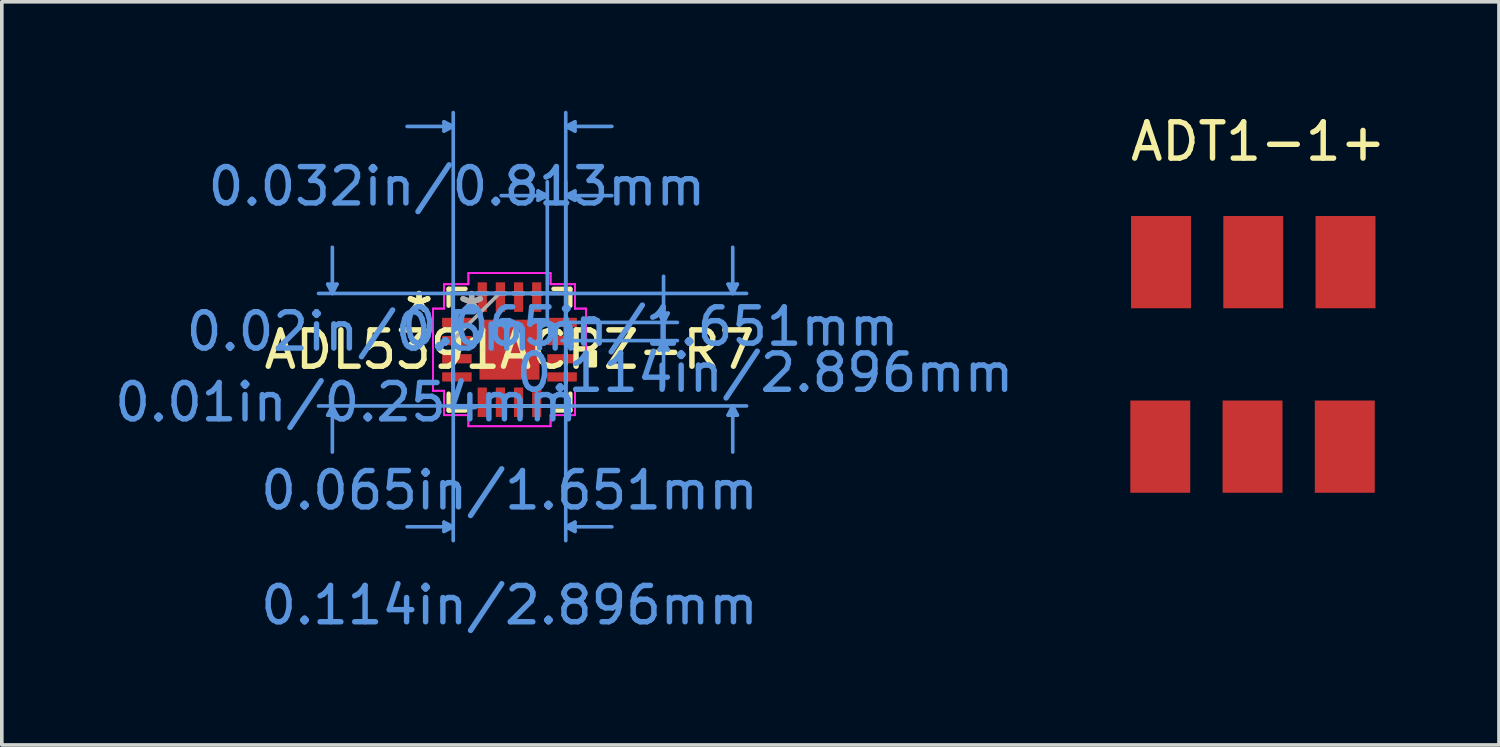
<source format=kicad_pcb>
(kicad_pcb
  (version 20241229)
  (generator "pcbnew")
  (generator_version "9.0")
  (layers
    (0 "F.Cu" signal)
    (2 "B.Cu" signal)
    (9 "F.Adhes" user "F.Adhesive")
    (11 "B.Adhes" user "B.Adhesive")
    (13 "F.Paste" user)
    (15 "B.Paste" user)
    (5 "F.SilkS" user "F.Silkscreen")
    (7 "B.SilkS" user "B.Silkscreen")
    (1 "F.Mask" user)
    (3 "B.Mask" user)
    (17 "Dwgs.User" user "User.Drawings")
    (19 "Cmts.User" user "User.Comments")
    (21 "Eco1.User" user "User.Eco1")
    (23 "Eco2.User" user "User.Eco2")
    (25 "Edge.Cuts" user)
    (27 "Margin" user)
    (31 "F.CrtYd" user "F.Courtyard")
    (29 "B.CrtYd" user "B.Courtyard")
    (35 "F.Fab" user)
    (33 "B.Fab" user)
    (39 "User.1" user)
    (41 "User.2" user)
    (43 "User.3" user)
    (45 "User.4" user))
  (footprint "ADT1-1+"
    (layer "F.Cu")
    (at 28.897 9.248)
    (property "Reference" "ADT1-1+" (at 2.7 -8.4 0) (unlocked yes) (layer "F.SilkS") (effects (font (size 1 1) (thickness 0.15))))
    (attr smd)
    (pad "1" smd rect (at 0 0) (size 1.65 2.54) (layers "F.Cu" "F.Mask" "F.Paste"))
    (pad "2" smd rect (at 2.54 0) (size 1.65 2.54) (layers "F.Cu" "F.Mask" "F.Paste"))
    (pad "3" smd rect (at 5.08 0) (size 1.65 2.54) (layers "F.Cu" "F.Mask" "F.Paste"))
    (pad "4" smd rect (at 5.1 -5.08) (size 1.65 2.54) (layers "F.Cu" "F.Mask" "F.Paste"))
    (pad "5" smd rect (at 2.56 -5.08) (size 1.65 2.54) (layers "F.Cu" "F.Mask" "F.Paste"))
    (pad "6" smd rect (at 0.02 -5.08) (size 1.65 2.54) (layers "F.Cu" "F.Mask" "F.Paste")))
  (footprint "ADL5391ACPZ-R7"
    (layer "F.Cu")
    (at 10.978 6.578)
    (property "Reference" "ADL5391ACPZ-R7" (at 0 0 0) (layer "F.SilkS") (effects (font (size 1 1) (thickness 0.15))))
    (attr through_hole)
    (fp_line (start -1.676 -1.676) (end -1.676 -1.21) (stroke (width 0.12) (type solid)) (layer "F.SilkS"))
    (fp_line (start -1.676 1.21) (end -1.676 1.676) (stroke (width 0.12) (type solid)) (layer "F.SilkS"))
    (fp_line (start -1.676 1.676) (end -1.21 1.676) (stroke (width 0.12) (type solid)) (layer "F.SilkS"))
    (fp_line (start -1.21 -1.676) (end -1.676 -1.676) (stroke (width 0.12) (type solid)) (layer "F.SilkS"))
    (fp_line (start 1.21 1.676) (end 1.676 1.676) (stroke (width 0.12) (type solid)) (layer "F.SilkS"))
    (fp_line (start 1.676 -1.676) (end 1.21 -1.676) (stroke (width 0.12) (type solid)) (layer "F.SilkS"))
    (fp_line (start 1.676 -1.21) (end 1.676 -1.676) (stroke (width 0.12) (type solid)) (layer "F.SilkS"))
    (fp_line (start 1.676 1.676) (end 1.676 1.21) (stroke (width 0.12) (type solid)) (layer "F.SilkS"))
    (fp_poly (pts (xy 2.362 0.059) (xy 2.362 0.441) (xy 2.108 0.441) (xy 2.108 0.059)) (stroke (width 0.1) (type solid)) (fill yes) (layer "F.SilkS"))
    (fp_line (start -5.004 -1.803) (end -4.75 -1.803) (stroke (width 0.1) (type solid)) (layer "Cmts.User"))
    (fp_line (start -5.004 1.803) (end -4.75 1.803) (stroke (width 0.1) (type solid)) (layer "Cmts.User"))
    (fp_line (start -4.877 -1.549) (end -5.004 -1.803) (stroke (width 0.1) (type solid)) (layer "Cmts.User"))
    (fp_line (start -4.877 -1.549) (end -4.877 -2.819) (stroke (width 0.1) (type solid)) (layer "Cmts.User"))
    (fp_line (start -4.877 -1.549) (end -4.75 -1.803) (stroke (width 0.1) (type solid)) (layer "Cmts.User"))
    (fp_line (start -4.877 1.549) (end -5.004 1.803) (stroke (width 0.1) (type solid)) (layer "Cmts.User"))
    (fp_line (start -4.877 1.549) (end -4.877 2.819) (stroke (width 0.1) (type solid)) (layer "Cmts.User"))
    (fp_line (start -4.877 1.549) (end -4.75 1.803) (stroke (width 0.1) (type solid)) (layer "Cmts.User"))
    (fp_line (start -1.803 -6.274) (end -1.803 -6.02) (stroke (width 0.1) (type solid)) (layer "Cmts.User"))
    (fp_line (start -1.803 4.75) (end -1.803 5.004) (stroke (width 0.1) (type solid)) (layer "Cmts.User"))
    (fp_line (start -1.549 -6.147) (end -2.819 -6.147) (stroke (width 0.1) (type solid)) (layer "Cmts.User"))
    (fp_line (start -1.549 -6.147) (end -1.803 -6.274) (stroke (width 0.1) (type solid)) (layer "Cmts.User"))
    (fp_line (start -1.549 -6.147) (end -1.803 -6.02) (stroke (width 0.1) (type solid)) (layer "Cmts.User"))
    (fp_line (start -1.549 -1.549) (end -1.549 5.258) (stroke (width 0.1) (type solid)) (layer "Cmts.User"))
    (fp_line (start -1.549 -0.75) (end -1.549 -6.528) (stroke (width 0.1) (type solid)) (layer "Cmts.User"))
    (fp_line (start -1.549 4.877) (end -2.819 4.877) (stroke (width 0.1) (type solid)) (layer "Cmts.User"))
    (fp_line (start -1.549 4.877) (end -1.803 4.75) (stroke (width 0.1) (type solid)) (layer "Cmts.User"))
    (fp_line (start -1.549 4.877) (end -1.803 5.004) (stroke (width 0.1) (type solid)) (layer "Cmts.User"))
    (fp_line (start 0.75 -1.549) (end 6.528 -1.549) (stroke (width 0.1) (type solid)) (layer "Cmts.User"))
    (fp_line (start 0.75 1.549) (end 6.528 1.549) (stroke (width 0.1) (type solid)) (layer "Cmts.User"))
    (fp_line (start 0.787 -4.369) (end 0.787 -4.115) (stroke (width 0.1) (type solid)) (layer "Cmts.User"))
    (fp_line (start 1.041 -4.242) (end -0.229 -4.242) (stroke (width 0.1) (type solid)) (layer "Cmts.User"))
    (fp_line (start 1.041 -4.242) (end 0.787 -4.369) (stroke (width 0.1) (type solid)) (layer "Cmts.User"))
    (fp_line (start 1.041 -4.242) (end 0.787 -4.115) (stroke (width 0.1) (type solid)) (layer "Cmts.User"))
    (fp_line (start 1.041 -0.75) (end 1.041 -4.623) (stroke (width 0.1) (type solid)) (layer "Cmts.User"))
    (fp_line (start 1.448 -0.75) (end 4.623 -0.75) (stroke (width 0.1) (type solid)) (layer "Cmts.User"))
    (fp_line (start 1.448 -0.25) (end 4.623 -0.25) (stroke (width 0.1) (type solid)) (layer "Cmts.User"))
    (fp_line (start 1.549 -6.147) (end 1.803 -6.274) (stroke (width 0.1) (type solid)) (layer "Cmts.User"))
    (fp_line (start 1.549 -6.147) (end 1.803 -6.02) (stroke (width 0.1) (type solid)) (layer "Cmts.User"))
    (fp_line (start 1.549 -6.147) (end 2.819 -6.147) (stroke (width 0.1) (type solid)) (layer "Cmts.User"))
    (fp_line (start 1.549 -4.242) (end 1.803 -4.369) (stroke (width 0.1) (type solid)) (layer "Cmts.User"))
    (fp_line (start 1.549 -4.242) (end 1.803 -4.115) (stroke (width 0.1) (type solid)) (layer "Cmts.User"))
    (fp_line (start 1.549 -4.242) (end 2.819 -4.242) (stroke (width 0.1) (type solid)) (layer "Cmts.User"))
    (fp_line (start 1.549 -1.549) (end -5.258 -1.549) (stroke (width 0.1) (type solid)) (layer "Cmts.User"))
    (fp_line (start 1.549 -1.549) (end 1.549 5.258) (stroke (width 0.1) (type solid)) (layer "Cmts.User"))
    (fp_line (start 1.549 -0.75) (end 1.549 -6.528) (stroke (width 0.1) (type solid)) (layer "Cmts.User"))
    (fp_line (start 1.549 -0.75) (end 1.549 -4.623) (stroke (width 0.1) (type solid)) (layer "Cmts.User"))
    (fp_line (start 1.549 1.549) (end -5.258 1.549) (stroke (width 0.1) (type solid)) (layer "Cmts.User"))
    (fp_line (start 1.549 4.877) (end 1.803 4.75) (stroke (width 0.1) (type solid)) (layer "Cmts.User"))
    (fp_line (start 1.549 4.877) (end 1.803 5.004) (stroke (width 0.1) (type solid)) (layer "Cmts.User"))
    (fp_line (start 1.549 4.877) (end 2.819 4.877) (stroke (width 0.1) (type solid)) (layer "Cmts.User"))
    (fp_line (start 1.803 -6.274) (end 1.803 -6.02) (stroke (width 0.1) (type solid)) (layer "Cmts.User"))
    (fp_line (start 1.803 -4.369) (end 1.803 -4.115) (stroke (width 0.1) (type solid)) (layer "Cmts.User"))
    (fp_line (start 1.803 4.75) (end 1.803 5.004) (stroke (width 0.1) (type solid)) (layer "Cmts.User"))
    (fp_line (start 4.115 -1.004) (end 4.369 -1.004) (stroke (width 0.1) (type solid)) (layer "Cmts.User"))
    (fp_line (start 4.115 0.004) (end 4.369 0.004) (stroke (width 0.1) (type solid)) (layer "Cmts.User"))
    (fp_line (start 4.242 -0.75) (end 4.115 -1.004) (stroke (width 0.1) (type solid)) (layer "Cmts.User"))
    (fp_line (start 4.242 -0.75) (end 4.242 -2.02) (stroke (width 0.1) (type solid)) (layer "Cmts.User"))
    (fp_line (start 4.242 -0.75) (end 4.369 -1.004) (stroke (width 0.1) (type solid)) (layer "Cmts.User"))
    (fp_line (start 4.242 -0.25) (end 4.115 0.004) (stroke (width 0.1) (type solid)) (layer "Cmts.User"))
    (fp_line (start 4.242 -0.25) (end 4.242 1.02) (stroke (width 0.1) (type solid)) (layer "Cmts.User"))
    (fp_line (start 4.242 -0.25) (end 4.369 0.004) (stroke (width 0.1) (type solid)) (layer "Cmts.User"))
    (fp_line (start 6.02 -1.803) (end 6.274 -1.803) (stroke (width 0.1) (type solid)) (layer "Cmts.User"))
    (fp_line (start 6.02 1.803) (end 6.274 1.803) (stroke (width 0.1) (type solid)) (layer "Cmts.User"))
    (fp_line (start 6.147 -1.549) (end 6.02 -1.803) (stroke (width 0.1) (type solid)) (layer "Cmts.User"))
    (fp_line (start 6.147 -1.549) (end 6.147 -2.819) (stroke (width 0.1) (type solid)) (layer "Cmts.User"))
    (fp_line (start 6.147 -1.549) (end 6.274 -1.803) (stroke (width 0.1) (type solid)) (layer "Cmts.User"))
    (fp_line (start 6.147 1.549) (end 6.02 1.803) (stroke (width 0.1) (type solid)) (layer "Cmts.User"))
    (fp_line (start 6.147 1.549) (end 6.147 2.819) (stroke (width 0.1) (type solid)) (layer "Cmts.User"))
    (fp_line (start 6.147 1.549) (end 6.274 1.803) (stroke (width 0.1) (type solid)) (layer "Cmts.User"))
    (fp_line (start -2.108 -1.131) (end -1.803 -1.131) (stroke (width 0.05) (type solid)) (layer "F.CrtYd"))
    (fp_line (start -2.108 -1.131) (end -1.803 -1.131) (stroke (width 0.05) (type solid)) (layer "F.CrtYd"))
    (fp_line (start -2.108 1.131) (end -2.108 -1.131) (stroke (width 0.05) (type solid)) (layer "F.CrtYd"))
    (fp_line (start -2.108 1.131) (end -2.108 -1.131) (stroke (width 0.05) (type solid)) (layer "F.CrtYd"))
    (fp_line (start -1.803 -1.803) (end -1.131 -1.803) (stroke (width 0.05) (type solid)) (layer "F.CrtYd"))
    (fp_line (start -1.803 -1.803) (end -1.131 -1.803) (stroke (width 0.05) (type solid)) (layer "F.CrtYd"))
    (fp_line (start -1.803 -1.131) (end -1.803 -1.803) (stroke (width 0.05) (type solid)) (layer "F.CrtYd"))
    (fp_line (start -1.803 -1.131) (end -1.803 -1.803) (stroke (width 0.05) (type solid)) (layer "F.CrtYd"))
    (fp_line (start -1.803 1.131) (end -2.108 1.131) (stroke (width 0.05) (type solid)) (layer "F.CrtYd"))
    (fp_line (start -1.803 1.131) (end -2.108 1.131) (stroke (width 0.05) (type solid)) (layer "F.CrtYd"))
    (fp_line (start -1.803 1.803) (end -1.803 1.131) (stroke (width 0.05) (type solid)) (layer "F.CrtYd"))
    (fp_line (start -1.803 1.803) (end -1.803 1.131) (stroke (width 0.05) (type solid)) (layer "F.CrtYd"))
    (fp_line (start -1.131 -2.108) (end 1.131 -2.108) (stroke (width 0.05) (type solid)) (layer "F.CrtYd"))
    (fp_line (start -1.131 -2.108) (end 1.131 -2.108) (stroke (width 0.05) (type solid)) (layer "F.CrtYd"))
    (fp_line (start -1.131 -1.803) (end -1.131 -2.108) (stroke (width 0.05) (type solid)) (layer "F.CrtYd"))
    (fp_line (start -1.131 -1.803) (end -1.131 -2.108) (stroke (width 0.05) (type solid)) (layer "F.CrtYd"))
    (fp_line (start -1.131 1.803) (end -1.803 1.803) (stroke (width 0.05) (type solid)) (layer "F.CrtYd"))
    (fp_line (start -1.131 1.803) (end -1.803 1.803) (stroke (width 0.05) (type solid)) (layer "F.CrtYd"))
    (fp_line (start -1.131 2.108) (end -1.131 1.803) (stroke (width 0.05) (type solid)) (layer "F.CrtYd"))
    (fp_line (start -1.131 2.108) (end -1.131 1.803) (stroke (width 0.05) (type solid)) (layer "F.CrtYd"))
    (fp_line (start 1.131 -2.108) (end 1.131 -1.803) (stroke (width 0.05) (type solid)) (layer "F.CrtYd"))
    (fp_line (start 1.131 -2.108) (end 1.131 -1.803) (stroke (width 0.05) (type solid)) (layer "F.CrtYd"))
    (fp_line (start 1.131 -1.803) (end 1.803 -1.803) (stroke (width 0.05) (type solid)) (layer "F.CrtYd"))
    (fp_line (start 1.131 -1.803) (end 1.803 -1.803) (stroke (width 0.05) (type solid)) (layer "F.CrtYd"))
    (fp_line (start 1.131 1.803) (end 1.131 2.108) (stroke (width 0.05) (type solid)) (layer "F.CrtYd"))
    (fp_line (start 1.131 1.803) (end 1.131 2.108) (stroke (width 0.05) (type solid)) (layer "F.CrtYd"))
    (fp_line (start 1.131 2.108) (end -1.131 2.108) (stroke (width 0.05) (type solid)) (layer "F.CrtYd"))
    (fp_line (start 1.131 2.108) (end -1.131 2.108) (stroke (width 0.05) (type solid)) (layer "F.CrtYd"))
    (fp_line (start 1.803 -1.803) (end 1.803 -1.131) (stroke (width 0.05) (type solid)) (layer "F.CrtYd"))
    (fp_line (start 1.803 -1.803) (end 1.803 -1.131) (stroke (width 0.05) (type solid)) (layer "F.CrtYd"))
    (fp_line (start 1.803 -1.131) (end 2.108 -1.131) (stroke (width 0.05) (type solid)) (layer "F.CrtYd"))
    (fp_line (start 1.803 -1.131) (end 2.108 -1.131) (stroke (width 0.05) (type solid)) (layer "F.CrtYd"))
    (fp_line (start 1.803 1.131) (end 1.803 1.803) (stroke (width 0.05) (type solid)) (layer "F.CrtYd"))
    (fp_line (start 1.803 1.131) (end 1.803 1.803) (stroke (width 0.05) (type solid)) (layer "F.CrtYd"))
    (fp_line (start 1.803 1.803) (end 1.131 1.803) (stroke (width 0.05) (type solid)) (layer "F.CrtYd"))
    (fp_line (start 1.803 1.803) (end 1.131 1.803) (stroke (width 0.05) (type solid)) (layer "F.CrtYd"))
    (fp_line (start 2.108 -1.131) (end 2.108 1.131) (stroke (width 0.05) (type solid)) (layer "F.CrtYd"))
    (fp_line (start 2.108 -1.131) (end 2.108 1.131) (stroke (width 0.05) (type solid)) (layer "F.CrtYd"))
    (fp_line (start 2.108 1.131) (end 1.803 1.131) (stroke (width 0.05) (type solid)) (layer "F.CrtYd"))
    (fp_line (start 2.108 1.131) (end 1.803 1.131) (stroke (width 0.05) (type solid)) (layer "F.CrtYd"))
    (fp_line (start -1.549 -1.549) (end -1.549 -1.549) (stroke (width 0.1) (type solid)) (layer "F.Fab"))
    (fp_line (start -1.549 -1.549) (end -1.549 1.549) (stroke (width 0.1) (type solid)) (layer "F.Fab"))
    (fp_line (start -1.549 -0.902) (end -1.549 -0.902) (stroke (width 0.1) (type solid)) (layer "F.Fab"))
    (fp_line (start -1.549 -0.902) (end -1.549 -0.598) (stroke (width 0.1) (type solid)) (layer "F.Fab"))
    (fp_line (start -1.549 -0.598) (end -1.549 -0.902) (stroke (width 0.1) (type solid)) (layer "F.Fab"))
    (fp_line (start -1.549 -0.598) (end -1.549 -0.598) (stroke (width 0.1) (type solid)) (layer "F.Fab"))
    (fp_line (start -1.549 -0.402) (end -1.549 -0.402) (stroke (width 0.1) (type solid)) (layer "F.Fab"))
    (fp_line (start -1.549 -0.402) (end -1.549 -0.098) (stroke (width 0.1) (type solid)) (layer "F.Fab"))
    (fp_line (start -1.549 -0.279) (end -0.279 -1.549) (stroke (width 0.1) (type solid)) (layer "F.Fab"))
    (fp_line (start -1.549 -0.098) (end -1.549 -0.402) (stroke (width 0.1) (type solid)) (layer "F.Fab"))
    (fp_line (start -1.549 -0.098) (end -1.549 -0.098) (stroke (width 0.1) (type solid)) (layer "F.Fab"))
    (fp_line (start -1.549 0.098) (end -1.549 0.098) (stroke (width 0.1) (type solid)) (layer "F.Fab"))
    (fp_line (start -1.549 0.098) (end -1.549 0.402) (stroke (width 0.1) (type solid)) (layer "F.Fab"))
    (fp_line (start -1.549 0.402) (end -1.549 0.098) (stroke (width 0.1) (type solid)) (layer "F.Fab"))
    (fp_line (start -1.549 0.402) (end -1.549 0.402) (stroke (width 0.1) (type solid)) (layer "F.Fab"))
    (fp_line (start -1.549 0.598) (end -1.549 0.598) (stroke (width 0.1) (type solid)) (layer "F.Fab"))
    (fp_line (start -1.549 0.598) (end -1.549 0.902) (stroke (width 0.1) (type solid)) (layer "F.Fab"))
    (fp_line (start -1.549 0.902) (end -1.549 0.598) (stroke (width 0.1) (type solid)) (layer "F.Fab"))
    (fp_line (start -1.549 0.902) (end -1.549 0.902) (stroke (width 0.1) (type solid)) (layer "F.Fab"))
    (fp_line (start -1.549 1.549) (end -1.549 1.549) (stroke (width 0.1) (type solid)) (layer "F.Fab"))
    (fp_line (start -1.549 1.549) (end 1.549 1.549) (stroke (width 0.1) (type solid)) (layer "F.Fab"))
    (fp_line (start -0.902 -1.549) (end -0.902 -1.549) (stroke (width 0.1) (type solid)) (layer "F.Fab"))
    (fp_line (start -0.902 -1.549) (end -0.598 -1.549) (stroke (width 0.1) (type solid)) (layer "F.Fab"))
    (fp_line (start -0.902 1.549) (end -0.902 1.549) (stroke (width 0.1) (type solid)) (layer "F.Fab"))
    (fp_line (start -0.902 1.549) (end -0.598 1.549) (stroke (width 0.1) (type solid)) (layer "F.Fab"))
    (fp_line (start -0.598 -1.549) (end -0.902 -1.549) (stroke (width 0.1) (type solid)) (layer "F.Fab"))
    (fp_line (start -0.598 -1.549) (end -0.598 -1.549) (stroke (width 0.1) (type solid)) (layer "F.Fab"))
    (fp_line (start -0.598 1.549) (end -0.902 1.549) (stroke (width 0.1) (type solid)) (layer "F.Fab"))
    (fp_line (start -0.598 1.549) (end -0.598 1.549) (stroke (width 0.1) (type solid)) (layer "F.Fab"))
    (fp_line (start -0.402 -1.549) (end -0.402 -1.549) (stroke (width 0.1) (type solid)) (layer "F.Fab"))
    (fp_line (start -0.402 -1.549) (end -0.098 -1.549) (stroke (width 0.1) (type solid)) (layer "F.Fab"))
    (fp_line (start -0.402 1.549) (end -0.402 1.549) (stroke (width 0.1) (type solid)) (layer "F.Fab"))
    (fp_line (start -0.402 1.549) (end -0.098 1.549) (stroke (width 0.1) (type solid)) (layer "F.Fab"))
    (fp_line (start -0.098 -1.549) (end -0.402 -1.549) (stroke (width 0.1) (type solid)) (layer "F.Fab"))
    (fp_line (start -0.098 -1.549) (end -0.098 -1.549) (stroke (width 0.1) (type solid)) (layer "F.Fab"))
    (fp_line (start -0.098 1.549) (end -0.402 1.549) (stroke (width 0.1) (type solid)) (layer "F.Fab"))
    (fp_line (start -0.098 1.549) (end -0.098 1.549) (stroke (width 0.1) (type solid)) (layer "F.Fab"))
    (fp_line (start 0.098 -1.549) (end 0.098 -1.549) (stroke (width 0.1) (type solid)) (layer "F.Fab"))
    (fp_line (start 0.098 -1.549) (end 0.402 -1.549) (stroke (width 0.1) (type solid)) (layer "F.Fab"))
    (fp_line (start 0.098 1.549) (end 0.098 1.549) (stroke (width 0.1) (type solid)) (layer "F.Fab"))
    (fp_line (start 0.098 1.549) (end 0.402 1.549) (stroke (width 0.1) (type solid)) (layer "F.Fab"))
    (fp_line (start 0.402 -1.549) (end 0.098 -1.549) (stroke (width 0.1) (type solid)) (layer "F.Fab"))
    (fp_line (start 0.402 -1.549) (end 0.402 -1.549) (stroke (width 0.1) (type solid)) (layer "F.Fab"))
    (fp_line (start 0.402 1.549) (end 0.098 1.549) (stroke (width 0.1) (type solid)) (layer "F.Fab"))
    (fp_line (start 0.402 1.549) (end 0.402 1.549) (stroke (width 0.1) (type solid)) (layer "F.Fab"))
    (fp_line (start 0.598 -1.549) (end 0.598 -1.549) (stroke (width 0.1) (type solid)) (layer "F.Fab"))
    (fp_line (start 0.598 -1.549) (end 0.902 -1.549) (stroke (width 0.1) (type solid)) (layer "F.Fab"))
    (fp_line (start 0.598 1.549) (end 0.598 1.549) (stroke (width 0.1) (type solid)) (layer "F.Fab"))
    (fp_line (start 0.598 1.549) (end 0.902 1.549) (stroke (width 0.1) (type solid)) (layer "F.Fab"))
    (fp_line (start 0.902 -1.549) (end 0.598 -1.549) (stroke (width 0.1) (type solid)) (layer "F.Fab"))
    (fp_line (start 0.902 -1.549) (end 0.902 -1.549) (stroke (width 0.1) (type solid)) (layer "F.Fab"))
    (fp_line (start 0.902 1.549) (end 0.598 1.549) (stroke (width 0.1) (type solid)) (layer "F.Fab"))
    (fp_line (start 0.902 1.549) (end 0.902 1.549) (stroke (width 0.1) (type solid)) (layer "F.Fab"))
    (fp_line (start 1.549 -1.549) (end -1.549 -1.549) (stroke (width 0.1) (type solid)) (layer "F.Fab"))
    (fp_line (start 1.549 -1.549) (end 1.549 -1.549) (stroke (width 0.1) (type solid)) (layer "F.Fab"))
    (fp_line (start 1.549 -0.902) (end 1.549 -0.902) (stroke (width 0.1) (type solid)) (layer "F.Fab"))
    (fp_line (start 1.549 -0.902) (end 1.549 -0.598) (stroke (width 0.1) (type solid)) (layer "F.Fab"))
    (fp_line (start 1.549 -0.598) (end 1.549 -0.902) (stroke (width 0.1) (type solid)) (layer "F.Fab"))
    (fp_line (start 1.549 -0.598) (end 1.549 -0.598) (stroke (width 0.1) (type solid)) (layer "F.Fab"))
    (fp_line (start 1.549 -0.402) (end 1.549 -0.402) (stroke (width 0.1) (type solid)) (layer "F.Fab"))
    (fp_line (start 1.549 -0.402) (end 1.549 -0.098) (stroke (width 0.1) (type solid)) (layer "F.Fab"))
    (fp_line (start 1.549 -0.098) (end 1.549 -0.402) (stroke (width 0.1) (type solid)) (layer "F.Fab"))
    (fp_line (start 1.549 -0.098) (end 1.549 -0.098) (stroke (width 0.1) (type solid)) (layer "F.Fab"))
    (fp_line (start 1.549 0.098) (end 1.549 0.098) (stroke (width 0.1) (type solid)) (layer "F.Fab"))
    (fp_line (start 1.549 0.098) (end 1.549 0.402) (stroke (width 0.1) (type solid)) (layer "F.Fab"))
    (fp_line (start 1.549 0.402) (end 1.549 0.098) (stroke (width 0.1) (type solid)) (layer "F.Fab"))
    (fp_line (start 1.549 0.402) (end 1.549 0.402) (stroke (width 0.1) (type solid)) (layer "F.Fab"))
    (fp_line (start 1.549 0.598) (end 1.549 0.598) (stroke (width 0.1) (type solid)) (layer "F.Fab"))
    (fp_line (start 1.549 0.598) (end 1.549 0.902) (stroke (width 0.1) (type solid)) (layer "F.Fab"))
    (fp_line (start 1.549 0.902) (end 1.549 0.598) (stroke (width 0.1) (type solid)) (layer "F.Fab"))
    (fp_line (start 1.549 0.902) (end 1.549 0.902) (stroke (width 0.1) (type solid)) (layer "F.Fab"))
    (fp_line (start 1.549 1.549) (end 1.549 -1.549) (stroke (width 0.1) (type solid)) (layer "F.Fab"))
    (fp_line (start 1.549 1.549) (end 1.549 1.549) (stroke (width 0.1) (type solid)) (layer "F.Fab"))
    (fp_text user "*" (at -2.489 -1 0) (layer "F.SilkS") (effects (font (size 1 1) (thickness 0.15))))
    (fp_text user "*" (at -2.489 -1 0) (layer "F.SilkS") (effects (font (size 1 1) (thickness 0.15))))
    (fp_text user "0.065in/1.651mm" (at 0 3.873 0) (layer "Cmts.User") (effects (font (size 1 1) (thickness 0.15))))
    (fp_text user "0.114in/2.896mm" (at 7.036 0.635 0) (layer "Cmts.User") (effects (font (size 1 1) (thickness 0.15))))
    (fp_text user "0.065in/1.651mm" (at 3.873 -0.635 0) (layer "Cmts.User") (effects (font (size 1 1) (thickness 0.15))))
    (fp_text user "0.01in/0.254mm" (at -4.496 1.448 0) (layer "Cmts.User") (effects (font (size 1 1) (thickness 0.15))))
    (fp_text user "Copyright 2021 Accelerated Designs. All rights reserved." (at 0 0 0) (layer "Cmts.User") (effects (font (size 0.127 0.127) (thickness 0.002))))
    (fp_text user "0.114in/2.896mm" (at 0 7.036 0) (layer "Cmts.User") (effects (font (size 1 1) (thickness 0.15))))
    (fp_text user "0.02in/0.5mm" (at -3.48 -0.5 0) (layer "Cmts.User") (effects (font (size 1 1) (thickness 0.15))))
    (fp_text user "0.032in/0.813mm" (at -1.448 -4.496 0) (layer "Cmts.User") (effects (font (size 1 1) (thickness 0.15))))
    (fp_text user "*" (at -1.041 -1 0) (layer "F.Fab") (effects (font (size 1 1) (thickness 0.15))))
    (fp_text user "*" (at -1.041 -1 0) (layer "F.Fab") (effects (font (size 1 1) (thickness 0.15))))
    (pad "1" smd rect (at -1.448 -0.75 90) (size 0.254 0.813) (layers "F.Cu" "F.Mask" "F.Paste"))
    (pad "2" smd rect (at -1.448 -0.25 90) (size 0.254 0.813) (layers "F.Cu" "F.Mask" "F.Paste"))
    (pad "3" smd rect (at -1.448 0.25 90) (size 0.254 0.813) (layers "F.Cu" "F.Mask" "F.Paste"))
    (pad "4" smd rect (at -1.448 0.75 90) (size 0.254 0.813) (layers "F.Cu" "F.Mask" "F.Paste"))
    (pad "5" smd rect (at -0.75 1.448) (size 0.254 0.813) (layers "F.Cu" "F.Mask" "F.Paste"))
    (pad "6" smd rect (at -0.25 1.448) (size 0.254 0.813) (layers "F.Cu" "F.Mask" "F.Paste"))
    (pad "7" smd rect (at 0.25 1.448) (size 0.254 0.813) (layers "F.Cu" "F.Mask" "F.Paste"))
    (pad "8" smd rect (at 0.75 1.448) (size 0.254 0.813) (layers "F.Cu" "F.Mask" "F.Paste"))
    (pad "9" smd rect (at 1.448 0.75 90) (size 0.254 0.813) (layers "F.Cu" "F.Mask" "F.Paste"))
    (pad "10" smd rect (at 1.448 0.25 90) (size 0.254 0.813) (layers "F.Cu" "F.Mask" "F.Paste"))
    (pad "11" smd rect (at 1.448 -0.25 90) (size 0.254 0.813) (layers "F.Cu" "F.Mask" "F.Paste"))
    (pad "12" smd rect (at 1.448 -0.75 90) (size 0.254 0.813) (layers "F.Cu" "F.Mask" "F.Paste"))
    (pad "13" smd rect (at 0.75 -1.448) (size 0.254 0.813) (layers "F.Cu" "F.Mask" "F.Paste"))
    (pad "14" smd rect (at 0.25 -1.448) (size 0.254 0.813) (layers "F.Cu" "F.Mask" "F.Paste"))
    (pad "15" smd rect (at -0.25 -1.448) (size 0.254 0.813) (layers "F.Cu" "F.Mask" "F.Paste"))
    (pad "16" smd rect (at -0.75 -1.448) (size 0.254 0.813) (layers "F.Cu" "F.Mask" "F.Paste"))
    (pad "17" smd rect (at 0 0) (size 1.651 1.651) (layers "F.Cu" "F.Mask" "F.Paste")))
  (gr_rect
    (start -3 -3)
    (end 38.222 17.462)
    (stroke (width 0.1) (type default))
    (fill no)
    (layer "Edge.Cuts")))
</source>
